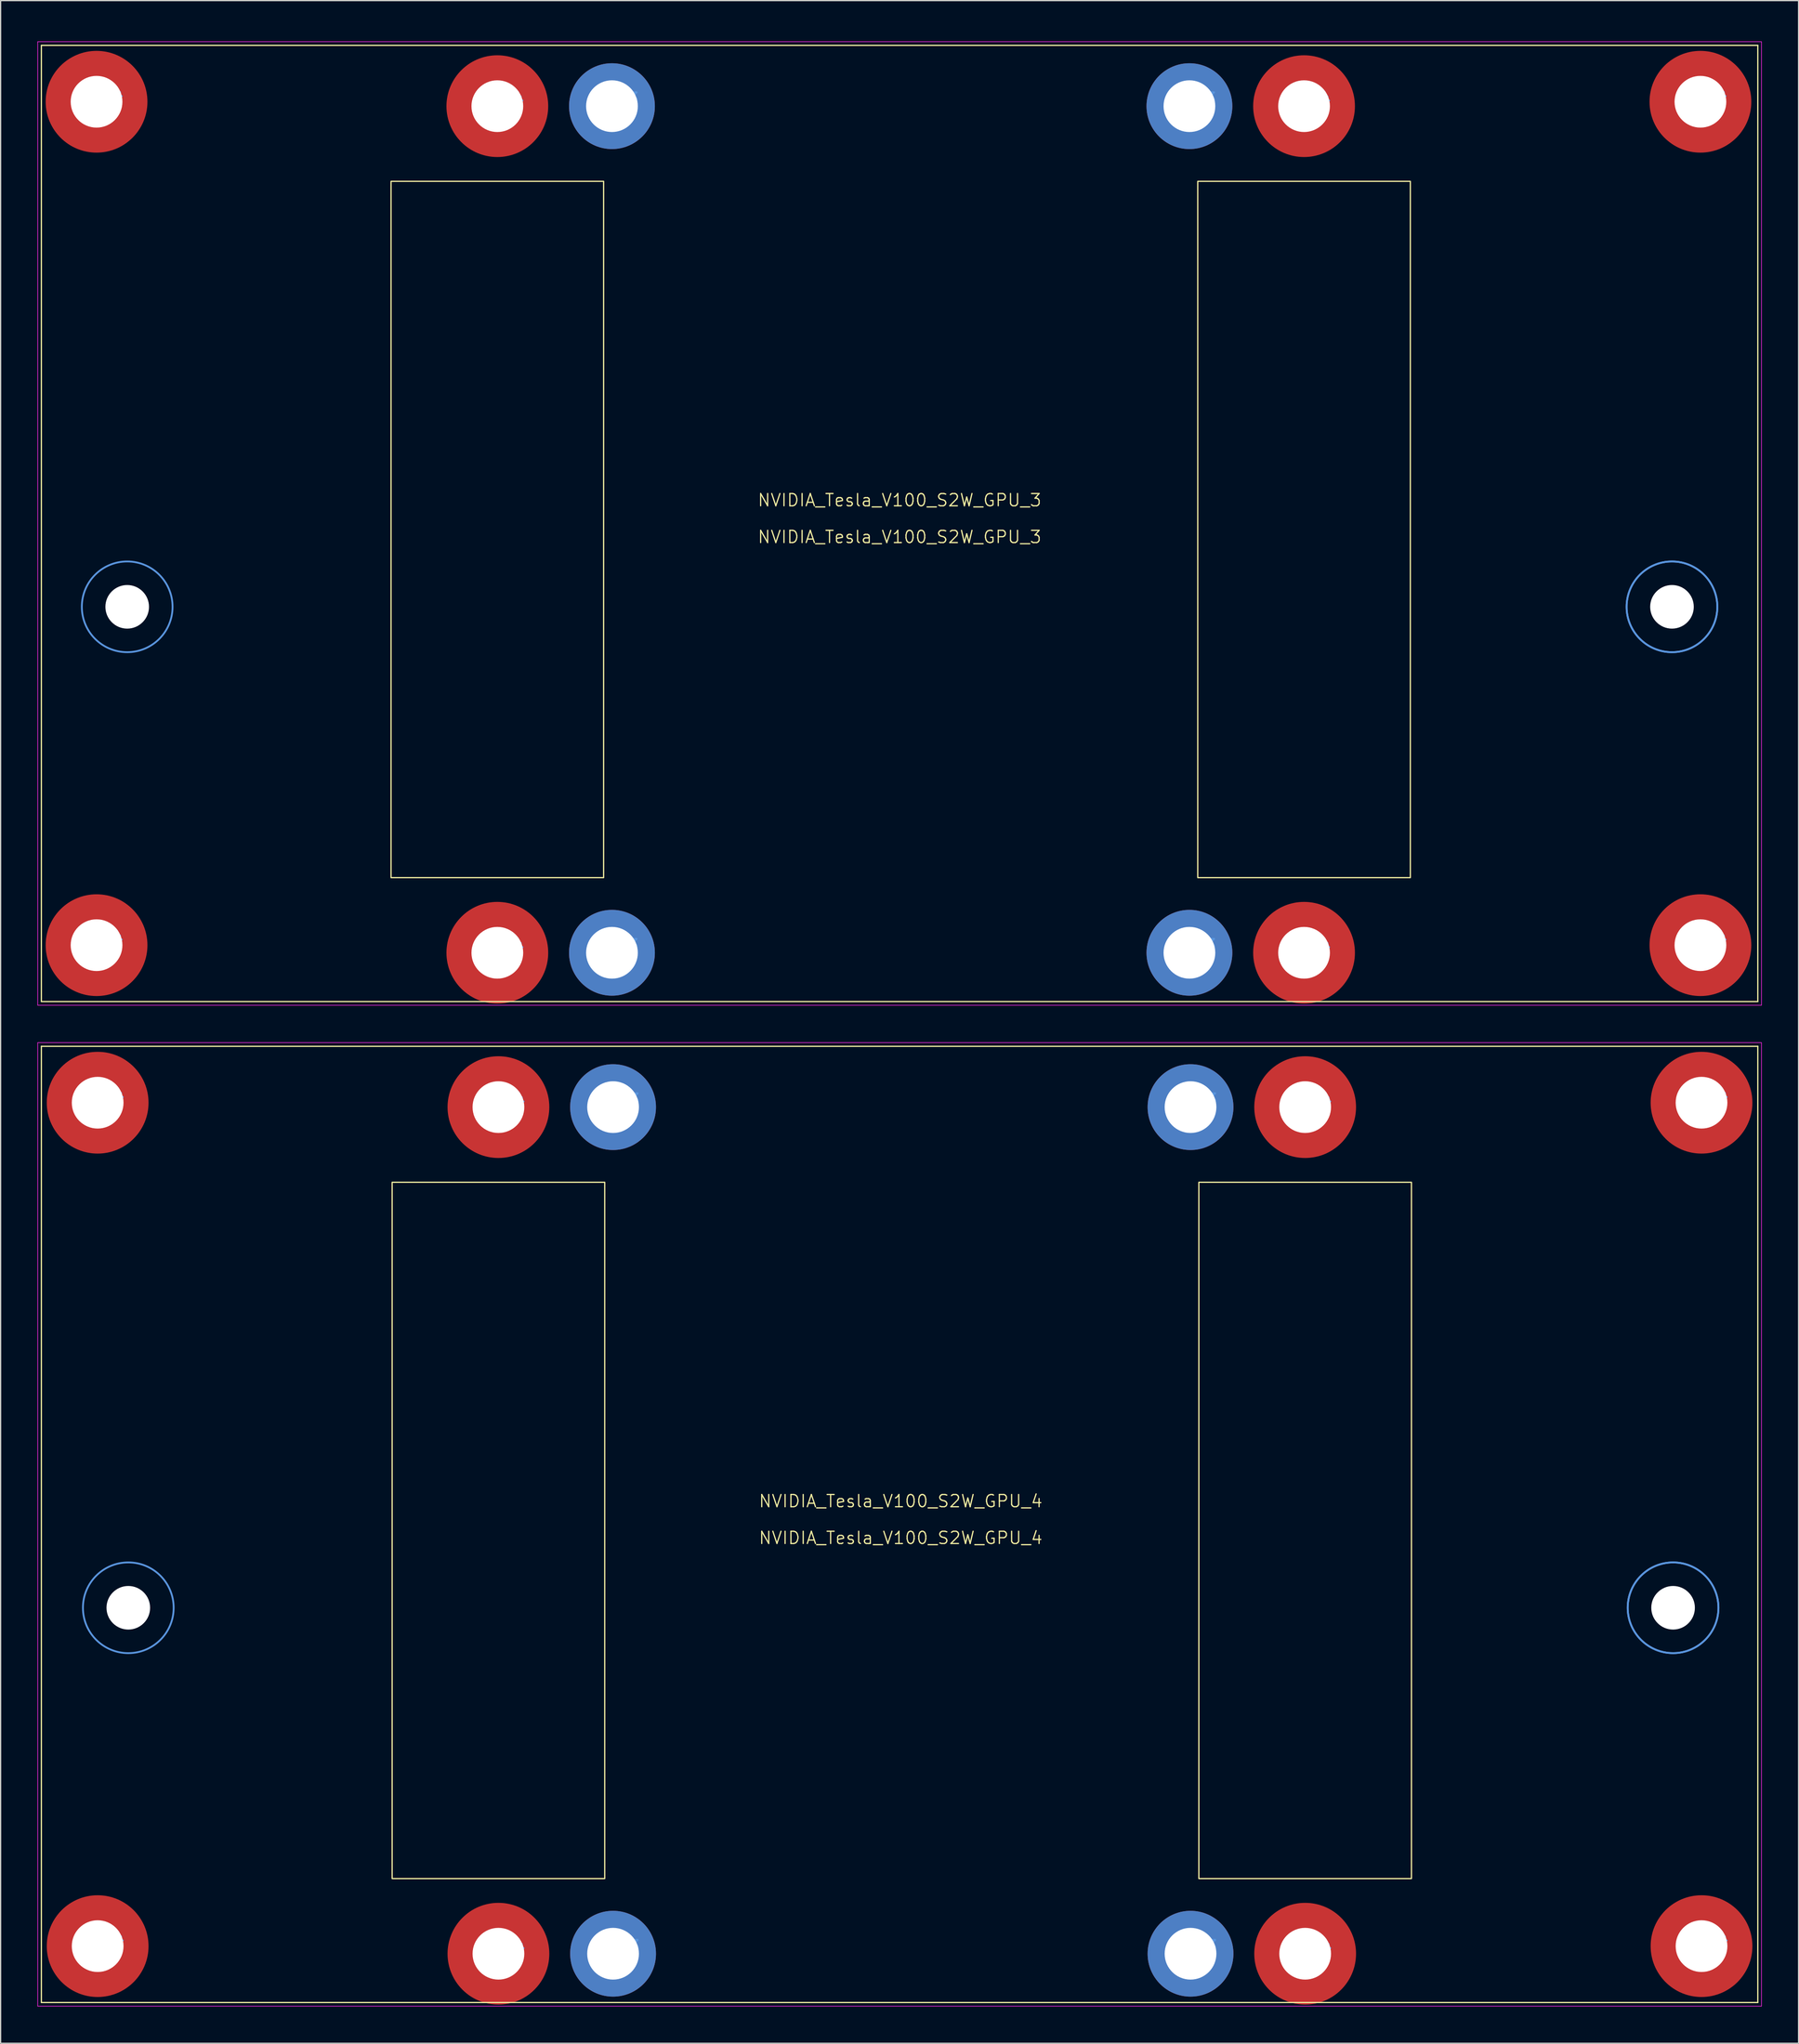
<source format=kicad_pcb>
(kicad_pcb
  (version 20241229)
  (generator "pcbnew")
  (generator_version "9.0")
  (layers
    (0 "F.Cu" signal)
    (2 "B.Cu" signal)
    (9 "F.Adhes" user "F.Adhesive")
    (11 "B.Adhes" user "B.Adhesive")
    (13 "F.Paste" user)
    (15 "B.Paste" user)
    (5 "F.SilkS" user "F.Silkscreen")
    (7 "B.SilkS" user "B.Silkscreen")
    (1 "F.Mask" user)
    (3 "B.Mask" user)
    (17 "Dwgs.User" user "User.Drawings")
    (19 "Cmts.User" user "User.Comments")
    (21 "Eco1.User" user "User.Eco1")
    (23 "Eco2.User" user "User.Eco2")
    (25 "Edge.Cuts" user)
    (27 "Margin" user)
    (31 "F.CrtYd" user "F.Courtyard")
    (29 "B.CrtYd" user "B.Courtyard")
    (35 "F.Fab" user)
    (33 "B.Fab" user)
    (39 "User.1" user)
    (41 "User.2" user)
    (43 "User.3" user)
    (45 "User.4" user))
  (footprint "NVIDIA_Tesla_V100_S2W_GPU_4"
    (layer "F.Cu")
    (at 0.415 82.3)
    (property "Reference" "NVIDIA_Tesla_V100_S2W_GPU_4" (at 70 37.1 0) (unlocked yes) (layer "F.SilkS") (effects (font (size 1 1) (thickness 0.1))))
    (attr board_only exclude_from_bom dnp)
    (fp_line (start -0.09 0) (end -0.09 78) (stroke (width 0.1) (type solid)) (layer "F.SilkS"))
    (fp_line (start -0.09 0) (end 139.91 0) (stroke (width 0.1) (type solid)) (layer "F.SilkS"))
    (fp_line (start -0.09 78) (end 139.91 78) (stroke (width 0.1) (type solid)) (layer "F.SilkS"))
    (fp_line (start 139.91 0) (end 139.91 78) (stroke (width 0.1) (type solid)) (layer "F.SilkS"))
    (fp_rect (start 28.52 11.09) (end 45.86 67.89) (stroke (width 0.1) (type solid)) (fill no) (layer "F.SilkS"))
    (fp_rect (start 94.32 11.09) (end 111.66 67.89) (stroke (width 0.1) (type solid)) (fill no) (layer "F.SilkS"))
    (fp_line (start 3.5 3.6) (end 5.5 5.6) (stroke (width 0.1) (type default)) (layer "Dwgs.User"))
    (fp_line (start 3.5 72.4) (end 5.5 74.4) (stroke (width 0.1) (type default)) (layer "Dwgs.User"))
    (fp_line (start 5.5 3.6) (end 3.5 5.6) (stroke (width 0.1) (type default)) (layer "Dwgs.User"))
    (fp_line (start 5.5 72.4) (end 3.5 74.4) (stroke (width 0.1) (type default)) (layer "Dwgs.User"))
    (fp_line (start 36.19 3.96) (end 38.19 5.96) (stroke (width 0.1) (type default)) (layer "Dwgs.User"))
    (fp_line (start 36.19 73.02) (end 38.19 75.02) (stroke (width 0.1) (type default)) (layer "Dwgs.User"))
    (fp_line (start 38.19 3.96) (end 36.19 5.96) (stroke (width 0.1) (type default)) (layer "Dwgs.User"))
    (fp_line (start 38.19 73.02) (end 36.19 75.02) (stroke (width 0.1) (type default)) (layer "Dwgs.User"))
    (fp_line (start 45.54 3.96) (end 47.54 5.96) (stroke (width 0.1) (type default)) (layer "Dwgs.User"))
    (fp_line (start 45.54 73.02) (end 47.54 75.02) (stroke (width 0.1) (type default)) (layer "Dwgs.User"))
    (fp_line (start 47.54 3.96) (end 45.54 5.96) (stroke (width 0.1) (type default)) (layer "Dwgs.User"))
    (fp_line (start 47.54 73.02) (end 45.54 75.02) (stroke (width 0.1) (type default)) (layer "Dwgs.User"))
    (fp_line (start 92.64 3.96) (end 94.64 5.96) (stroke (width 0.1) (type default)) (layer "Dwgs.User"))
    (fp_line (start 92.64 73.02) (end 94.64 75.02) (stroke (width 0.1) (type default)) (layer "Dwgs.User"))
    (fp_line (start 94.64 3.96) (end 92.64 5.96) (stroke (width 0.1) (type default)) (layer "Dwgs.User"))
    (fp_line (start 94.64 73.02) (end 92.64 75.02) (stroke (width 0.1) (type default)) (layer "Dwgs.User"))
    (fp_line (start 101.99 3.96) (end 103.99 5.96) (stroke (width 0.1) (type default)) (layer "Dwgs.User"))
    (fp_line (start 101.99 73.02) (end 103.99 75.02) (stroke (width 0.1) (type default)) (layer "Dwgs.User"))
    (fp_line (start 103.99 3.96) (end 101.99 5.96) (stroke (width 0.1) (type default)) (layer "Dwgs.User"))
    (fp_line (start 103.99 73.02) (end 101.99 75.02) (stroke (width 0.1) (type default)) (layer "Dwgs.User"))
    (fp_line (start 134.32 3.6) (end 136.32 5.6) (stroke (width 0.1) (type default)) (layer "Dwgs.User"))
    (fp_line (start 134.32 72.4) (end 136.32 74.4) (stroke (width 0.1) (type default)) (layer "Dwgs.User"))
    (fp_line (start 136.32 3.6) (end 134.32 5.6) (stroke (width 0.1) (type default)) (layer "Dwgs.User"))
    (fp_line (start 136.32 72.4) (end 134.32 74.4) (stroke (width 0.1) (type default)) (layer "Dwgs.User"))
    (fp_circle (center 7 45.8) (end 10.7 45.8) (stroke (width 0.15) (type solid)) (fill no) (layer "Cmts.User"))
    (fp_circle (center 133 45.8) (end 136.7 45.8) (stroke (width 0.15) (type solid)) (fill no) (layer "Cmts.User"))
    (fp_circle (center 133 45.8) (end 136.7 45.8) (stroke (width 0.15) (type solid)) (fill no) (layer "Cmts.User"))
    (fp_rect (start -0.39 -0.3) (end 140.21 78.3) (stroke (width 0.05) (type default)) (fill no) (layer "F.CrtYd"))
    (fp_text user "${REFERENCE}" (at 70 40.1 0) (unlocked yes) (layer "F.SilkS") (effects (font (size 1 1) (thickness 0.1))))
    (fp_text user "M4" (at 37.19 4.96 0) (unlocked yes) (layer "Cmts.User") (effects (font (size 1 1) (thickness 0.15)) (justify left bottom)))
    (fp_text user "M3" (at 93.64 74.02 0) (unlocked yes) (layer "Cmts.User") (effects (font (size 1 1) (thickness 0.15)) (justify left bottom)))
    (fp_text user "M3" (at 46.54 74.02 0) (unlocked yes) (layer "Cmts.User") (effects (font (size 1 1) (thickness 0.15)) (justify left bottom)))
    (fp_text user "M4" (at 4.5 4.6 0) (unlocked yes) (layer "Cmts.User") (effects (font (size 1 1) (thickness 0.15)) (justify left bottom)))
    (fp_text user "M4" (at 4.5 73.4 0) (unlocked yes) (layer "Cmts.User") (effects (font (size 1 1) (thickness 0.15)) (justify left bottom)))
    (fp_text user "M4" (at 102.99 74.02 0) (unlocked yes) (layer "Cmts.User") (effects (font (size 1 1) (thickness 0.15)) (justify left bottom)))
    (fp_text user "M3" (at 93.64 4.96 0) (unlocked yes) (layer "Cmts.User") (effects (font (size 1 1) (thickness 0.15)) (justify left bottom)))
    (fp_text user "M3" (at 46.54 4.96 0) (unlocked yes) (layer "Cmts.User") (effects (font (size 1 1) (thickness 0.15)) (justify left bottom)))
    (fp_text user "M4" (at 135.32 73.4 0) (unlocked yes) (layer "Cmts.User") (effects (font (size 1 1) (thickness 0.15)) (justify left bottom)))
    (fp_text user "M4" (at 37.19 74.02 0) (unlocked yes) (layer "Cmts.User") (effects (font (size 1 1) (thickness 0.15)) (justify left bottom)))
    (fp_text user "M4" (at 135.32 4.6 0) (unlocked yes) (layer "Cmts.User") (effects (font (size 1 1) (thickness 0.15)) (justify left bottom)))
    (fp_text user "M4" (at 102.99 4.96 0) (unlocked yes) (layer "Cmts.User") (effects (font (size 1 1) (thickness 0.15)) (justify left bottom)))
    (pad "" np_thru_hole circle (at 4.5 4.6) (size 8.3 8.3) (drill 4.22) (layers "F.Cu" "F.Mask"))
    (pad "" np_thru_hole circle (at 4.5 73.4) (size 8.3 8.3) (drill 4.22) (layers "F.Cu" "F.Mask"))
    (pad "" np_thru_hole circle (at 7 45.8) (size 3.556 3.556) (drill oval 10 5) (layers "*.Cu" "*.Mask"))
    (pad "" np_thru_hole circle (at 37.19 4.96) (size 8.3 8.3) (drill 4.22) (layers "F.Cu" "F.Mask"))
    (pad "" np_thru_hole circle (at 37.19 74.02) (size 8.3 8.3) (drill 4.22) (layers "F.Cu" "F.Mask"))
    (pad "" thru_hole circle (at 46.54 4.96) (size 7 7) (drill 4.22) (layers "*.Cu" "*.Mask") (remove_unused_layers yes) (keep_end_layers yes) (zone_layer_connections) (padstack (mode custom) (layer "B.Cu" (shape circle) (size 7 7))))
    (pad "" thru_hole circle (at 46.54 74.02) (size 7 7) (drill 4.22) (layers "*.Cu" "*.Mask") (remove_unused_layers yes) (keep_end_layers yes) (zone_layer_connections) (padstack (mode custom) (layer "B.Cu" (shape circle) (size 7 7))))
    (pad "" thru_hole circle (at 93.64 4.96) (size 7 7) (drill 4.22) (layers "*.Cu" "*.Mask") (remove_unused_layers yes) (keep_end_layers yes) (zone_layer_connections) (padstack (mode custom) (layer "B.Cu" (shape circle) (size 7 7))))
    (pad "" thru_hole circle (at 93.64 74.02) (size 7 7) (drill 4.22) (layers "*.Cu" "*.Mask") (remove_unused_layers yes) (keep_end_layers yes) (zone_layer_connections) (padstack (mode custom) (layer "B.Cu" (shape circle) (size 7 7))))
    (pad "" np_thru_hole circle (at 102.99 4.96) (size 8.3 8.3) (drill 4.22) (layers "F.Cu" "F.Mask"))
    (pad "" np_thru_hole circle (at 102.99 74.02) (size 8.3 8.3) (drill 4.22) (layers "F.Cu" "F.Mask"))
    (pad "" np_thru_hole circle (at 133 45.8) (size 3.556 3.556) (drill oval 10 5) (layers "*.Cu" "*.Mask"))
    (pad "" np_thru_hole circle (at 135.32 4.6) (size 8.3 8.3) (drill 4.22) (layers "F.Cu" "F.Mask"))
    (pad "" np_thru_hole circle (at 135.32 73.4) (size 8.3 8.3) (drill 4.22) (layers "F.Cu" "F.Mask")))
  (footprint "NVIDIA_Tesla_V100_S2W_GPU_3"
    (layer "F.Cu")
    (at 0.325 0.25)
    (property "Reference" "NVIDIA_Tesla_V100_S2W_GPU_3" (at 70 37.5 0) (unlocked yes) (layer "F.SilkS") (effects (font (size 1 1) (thickness 0.1))))
    (attr board_only exclude_from_bom dnp)
    (fp_line (start 0 0.4) (end 0 78.4) (stroke (width 0.1) (type solid)) (layer "F.SilkS"))
    (fp_line (start 0 0.4) (end 140 0.4) (stroke (width 0.1) (type solid)) (layer "F.SilkS"))
    (fp_line (start 0 78.4) (end 140 78.4) (stroke (width 0.1) (type solid)) (layer "F.SilkS"))
    (fp_line (start 140 0.4) (end 140 78.4) (stroke (width 0.1) (type solid)) (layer "F.SilkS"))
    (fp_rect (start 28.52 11.49) (end 45.86 68.29) (stroke (width 0.1) (type solid)) (fill no) (layer "F.SilkS"))
    (fp_rect (start 94.32 11.49) (end 111.66 68.29) (stroke (width 0.1) (type solid)) (fill no) (layer "F.SilkS"))
    (fp_line (start 3.5 4) (end 5.5 6) (stroke (width 0.1) (type default)) (layer "Dwgs.User"))
    (fp_line (start 3.5 72.8) (end 5.5 74.8) (stroke (width 0.1) (type default)) (layer "Dwgs.User"))
    (fp_line (start 5.5 4) (end 3.5 6) (stroke (width 0.1) (type default)) (layer "Dwgs.User"))
    (fp_line (start 5.5 72.8) (end 3.5 74.8) (stroke (width 0.1) (type default)) (layer "Dwgs.User"))
    (fp_line (start 36.19 4.36) (end 38.19 6.36) (stroke (width 0.1) (type default)) (layer "Dwgs.User"))
    (fp_line (start 36.19 73.42) (end 38.19 75.42) (stroke (width 0.1) (type default)) (layer "Dwgs.User"))
    (fp_line (start 38.19 4.36) (end 36.19 6.36) (stroke (width 0.1) (type default)) (layer "Dwgs.User"))
    (fp_line (start 38.19 73.42) (end 36.19 75.42) (stroke (width 0.1) (type default)) (layer "Dwgs.User"))
    (fp_line (start 45.54 4.36) (end 47.54 6.36) (stroke (width 0.1) (type default)) (layer "Dwgs.User"))
    (fp_line (start 45.54 73.42) (end 47.54 75.42) (stroke (width 0.1) (type default)) (layer "Dwgs.User"))
    (fp_line (start 47.54 4.36) (end 45.54 6.36) (stroke (width 0.1) (type default)) (layer "Dwgs.User"))
    (fp_line (start 47.54 73.42) (end 45.54 75.42) (stroke (width 0.1) (type default)) (layer "Dwgs.User"))
    (fp_line (start 92.64 4.36) (end 94.64 6.36) (stroke (width 0.1) (type default)) (layer "Dwgs.User"))
    (fp_line (start 92.64 73.42) (end 94.64 75.42) (stroke (width 0.1) (type default)) (layer "Dwgs.User"))
    (fp_line (start 94.64 4.36) (end 92.64 6.36) (stroke (width 0.1) (type default)) (layer "Dwgs.User"))
    (fp_line (start 94.64 73.42) (end 92.64 75.42) (stroke (width 0.1) (type default)) (layer "Dwgs.User"))
    (fp_line (start 101.99 4.36) (end 103.99 6.36) (stroke (width 0.1) (type default)) (layer "Dwgs.User"))
    (fp_line (start 101.99 73.42) (end 103.99 75.42) (stroke (width 0.1) (type default)) (layer "Dwgs.User"))
    (fp_line (start 103.99 4.36) (end 101.99 6.36) (stroke (width 0.1) (type default)) (layer "Dwgs.User"))
    (fp_line (start 103.99 73.42) (end 101.99 75.42) (stroke (width 0.1) (type default)) (layer "Dwgs.User"))
    (fp_line (start 134.32 4) (end 136.32 6) (stroke (width 0.1) (type default)) (layer "Dwgs.User"))
    (fp_line (start 134.32 72.8) (end 136.32 74.8) (stroke (width 0.1) (type default)) (layer "Dwgs.User"))
    (fp_line (start 136.32 4) (end 134.32 6) (stroke (width 0.1) (type default)) (layer "Dwgs.User"))
    (fp_line (start 136.32 72.8) (end 134.32 74.8) (stroke (width 0.1) (type default)) (layer "Dwgs.User"))
    (fp_circle (center 7 46.2) (end 10.7 46.2) (stroke (width 0.15) (type solid)) (fill no) (layer "Cmts.User"))
    (fp_circle (center 133 46.2) (end 136.7 46.2) (stroke (width 0.15) (type solid)) (fill no) (layer "Cmts.User"))
    (fp_circle (center 133 46.2) (end 136.7 46.2) (stroke (width 0.15) (type solid)) (fill no) (layer "Cmts.User"))
    (fp_rect (start -0.3 0.1) (end 140.3 78.7) (stroke (width 0.05) (type default)) (fill no) (layer "F.CrtYd"))
    (fp_text user "${REFERENCE}" (at 70 40.5 0) (unlocked yes) (layer "F.SilkS") (effects (font (size 1 1) (thickness 0.1))))
    (fp_text user "M4" (at 135.32 5 0) (unlocked yes) (layer "Cmts.User") (effects (font (size 1 1) (thickness 0.15)) (justify left bottom)))
    (fp_text user "M4" (at 135.32 73.8 0) (unlocked yes) (layer "Cmts.User") (effects (font (size 1 1) (thickness 0.15)) (justify left bottom)))
    (fp_text user "M4" (at 37.19 5.36 0) (unlocked yes) (layer "Cmts.User") (effects (font (size 1 1) (thickness 0.15)) (justify left bottom)))
    (fp_text user "M4" (at 4.5 5 0) (unlocked yes) (layer "Cmts.User") (effects (font (size 1 1) (thickness 0.15)) (justify left bottom)))
    (fp_text user "M3" (at 46.54 5.36 0) (unlocked yes) (layer "Cmts.User") (effects (font (size 1 1) (thickness 0.15)) (justify left bottom)))
    (fp_text user "M4" (at 4.5 73.8 0) (unlocked yes) (layer "Cmts.User") (effects (font (size 1 1) (thickness 0.15)) (justify left bottom)))
    (fp_text user "M3" (at 93.64 5.36 0) (unlocked yes) (layer "Cmts.User") (effects (font (size 1 1) (thickness 0.15)) (justify left bottom)))
    (fp_text user "M4" (at 102.99 74.42 0) (unlocked yes) (layer "Cmts.User") (effects (font (size 1 1) (thickness 0.15)) (justify left bottom)))
    (fp_text user "M4" (at 37.19 74.42 0) (unlocked yes) (layer "Cmts.User") (effects (font (size 1 1) (thickness 0.15)) (justify left bottom)))
    (fp_text user "M3" (at 46.54 74.42 0) (unlocked yes) (layer "Cmts.User") (effects (font (size 1 1) (thickness 0.15)) (justify left bottom)))
    (fp_text user "M3" (at 93.64 74.42 0) (unlocked yes) (layer "Cmts.User") (effects (font (size 1 1) (thickness 0.15)) (justify left bottom)))
    (fp_text user "M4" (at 102.99 5.36 0) (unlocked yes) (layer "Cmts.User") (effects (font (size 1 1) (thickness 0.15)) (justify left bottom)))
    (pad "" np_thru_hole circle (at 4.5 5) (size 8.3 8.3) (drill 4.22) (layers "F.Cu" "F.Mask"))
    (pad "" np_thru_hole circle (at 4.5 73.8) (size 8.3 8.3) (drill 4.22) (layers "F.Cu" "F.Mask"))
    (pad "" np_thru_hole circle (at 7 46.2) (size 3.556 3.556) (drill oval 10 5) (layers "*.Cu" "*.Mask"))
    (pad "" np_thru_hole circle (at 37.19 5.36) (size 8.3 8.3) (drill 4.22) (layers "F.Cu" "F.Mask"))
    (pad "" np_thru_hole circle (at 37.19 74.42) (size 8.3 8.3) (drill 4.22) (layers "F.Cu" "F.Mask"))
    (pad "" thru_hole circle (at 46.54 5.36) (size 7 7) (drill 4.22) (layers "*.Cu" "*.Mask") (remove_unused_layers yes) (keep_end_layers yes) (zone_layer_connections) (padstack (mode custom) (layer "B.Cu" (shape circle) (size 7 7))))
    (pad "" thru_hole circle (at 46.54 74.42) (size 7 7) (drill 4.22) (layers "*.Cu" "*.Mask") (remove_unused_layers yes) (keep_end_layers yes) (zone_layer_connections) (padstack (mode custom) (layer "B.Cu" (shape circle) (size 7 7))))
    (pad "" thru_hole circle (at 93.64 5.36) (size 7 7) (drill 4.22) (layers "*.Cu" "*.Mask") (remove_unused_layers yes) (keep_end_layers yes) (zone_layer_connections) (padstack (mode custom) (layer "B.Cu" (shape circle) (size 7 7))))
    (pad "" thru_hole circle (at 93.64 74.42) (size 7 7) (drill 4.22) (layers "*.Cu" "*.Mask") (remove_unused_layers yes) (keep_end_layers yes) (zone_layer_connections) (padstack (mode custom) (layer "B.Cu" (shape circle) (size 7 7))))
    (pad "" np_thru_hole circle (at 102.99 5.36) (size 8.3 8.3) (drill 4.22) (layers "F.Cu" "F.Mask"))
    (pad "" np_thru_hole circle (at 102.99 74.42) (size 8.3 8.3) (drill 4.22) (layers "F.Cu" "F.Mask"))
    (pad "" np_thru_hole circle (at 133 46.2) (size 3.556 3.556) (drill oval 10 5) (layers "*.Cu" "*.Mask"))
    (pad "" np_thru_hole circle (at 135.32 5) (size 8.3 8.3) (drill 4.22) (layers "F.Cu" "F.Mask"))
    (pad "" np_thru_hole circle (at 135.32 73.8) (size 8.3 8.3) (drill 4.22) (layers "F.Cu" "F.Mask")))
  (gr_rect
    (start -3 -3)
    (end 143.65 163.625)
    (stroke (width 0.1) (type default))
    (fill no)
    (layer "Edge.Cuts")))
</source>
